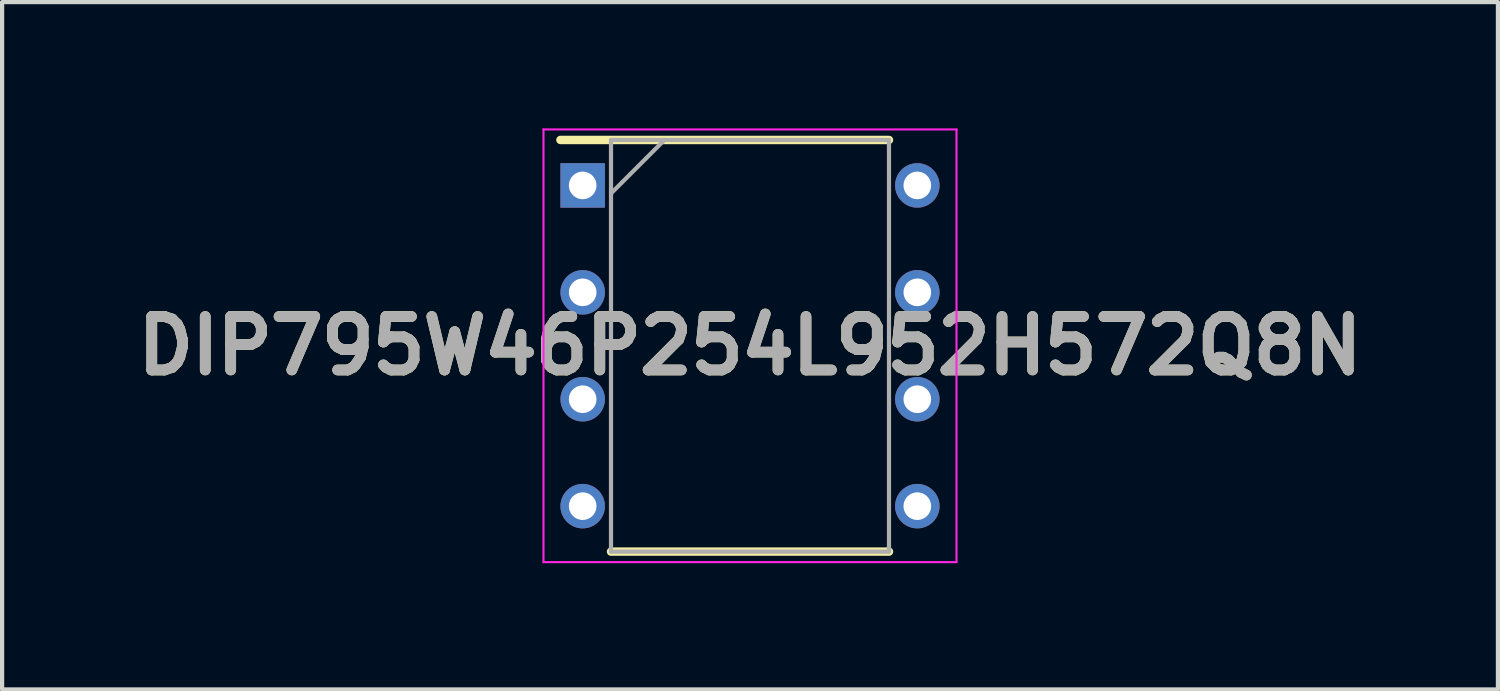
<source format=kicad_pcb>
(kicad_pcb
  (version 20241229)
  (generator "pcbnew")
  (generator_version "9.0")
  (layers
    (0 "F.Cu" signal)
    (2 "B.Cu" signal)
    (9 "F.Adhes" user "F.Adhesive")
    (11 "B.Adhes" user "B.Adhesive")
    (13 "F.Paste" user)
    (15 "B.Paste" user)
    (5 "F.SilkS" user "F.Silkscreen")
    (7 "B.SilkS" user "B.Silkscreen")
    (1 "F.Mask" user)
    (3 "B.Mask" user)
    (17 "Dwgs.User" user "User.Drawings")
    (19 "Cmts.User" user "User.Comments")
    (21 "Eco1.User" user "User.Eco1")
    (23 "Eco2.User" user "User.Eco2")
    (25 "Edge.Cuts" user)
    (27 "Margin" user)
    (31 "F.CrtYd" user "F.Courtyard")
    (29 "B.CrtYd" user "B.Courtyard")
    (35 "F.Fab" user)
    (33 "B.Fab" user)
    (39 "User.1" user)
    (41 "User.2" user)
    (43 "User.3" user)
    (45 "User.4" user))
  (footprint "DIP795W46P254L952H572Q8N"
    (layer "F.Cu")
    (at 14.768 5.165)
    (property "Reference" "DIP795W46P254L952H572Q8N" (at 0 0 0) (layer "F.SilkS") (effects (font (size 1.27 1.27) (thickness 0.254))))
    (attr through_hole)
    (fp_line (start -4.504 -4.89) (end 3.302 -4.89) (stroke (width 0.2) (type solid)) (layer "F.SilkS"))
    (fp_line (start -3.302 4.89) (end 3.302 4.89) (stroke (width 0.2) (type solid)) (layer "F.SilkS"))
    (fp_line (start -4.906 -5.14) (end 4.906 -5.14) (stroke (width 0.05) (type solid)) (layer "F.CrtYd"))
    (fp_line (start -4.906 5.14) (end -4.906 -5.14) (stroke (width 0.05) (type solid)) (layer "F.CrtYd"))
    (fp_line (start 4.906 -5.14) (end 4.906 5.14) (stroke (width 0.05) (type solid)) (layer "F.CrtYd"))
    (fp_line (start 4.906 5.14) (end -4.906 5.14) (stroke (width 0.05) (type solid)) (layer "F.CrtYd"))
    (fp_line (start -3.302 -4.89) (end 3.302 -4.89) (stroke (width 0.1) (type solid)) (layer "F.Fab"))
    (fp_line (start -3.302 -3.62) (end -2.032 -4.89) (stroke (width 0.1) (type solid)) (layer "F.Fab"))
    (fp_line (start -3.302 4.89) (end -3.302 -4.89) (stroke (width 0.1) (type solid)) (layer "F.Fab"))
    (fp_line (start 3.302 -4.89) (end 3.302 4.89) (stroke (width 0.1) (type solid)) (layer "F.Fab"))
    (fp_line (start 3.302 4.89) (end -3.302 4.89) (stroke (width 0.1) (type solid)) (layer "F.Fab"))
    (fp_text user "${REFERENCE}" (at 0 0 0) (layer "F.Fab") (effects (font (size 1.27 1.27) (thickness 0.254))))
    (pad "1" thru_hole rect (at -3.975 -3.81) (size 1.057 1.057) (drill 0.657) (layers "*.Cu" "*.Mask"))
    (pad "2" thru_hole circle (at -3.975 -1.27) (size 1.057 1.057) (drill 0.657) (layers "*.Cu" "*.Mask"))
    (pad "3" thru_hole circle (at -3.975 1.27) (size 1.057 1.057) (drill 0.657) (layers "*.Cu" "*.Mask"))
    (pad "4" thru_hole circle (at -3.975 3.81) (size 1.057 1.057) (drill 0.657) (layers "*.Cu" "*.Mask"))
    (pad "5" thru_hole circle (at 3.975 3.81) (size 1.057 1.057) (drill 0.657) (layers "*.Cu" "*.Mask"))
    (pad "6" thru_hole circle (at 3.975 1.27) (size 1.057 1.057) (drill 0.657) (layers "*.Cu" "*.Mask"))
    (pad "7" thru_hole circle (at 3.975 -1.27) (size 1.057 1.057) (drill 0.657) (layers "*.Cu" "*.Mask"))
    (pad "8" thru_hole circle (at 3.975 -3.81) (size 1.057 1.057) (drill 0.657) (layers "*.Cu" "*.Mask")))
  (gr_rect
    (start -3 -3)
    (end 32.537 13.33)
    (stroke (width 0.1) (type default))
    (fill no)
    (layer "Edge.Cuts")))
</source>
